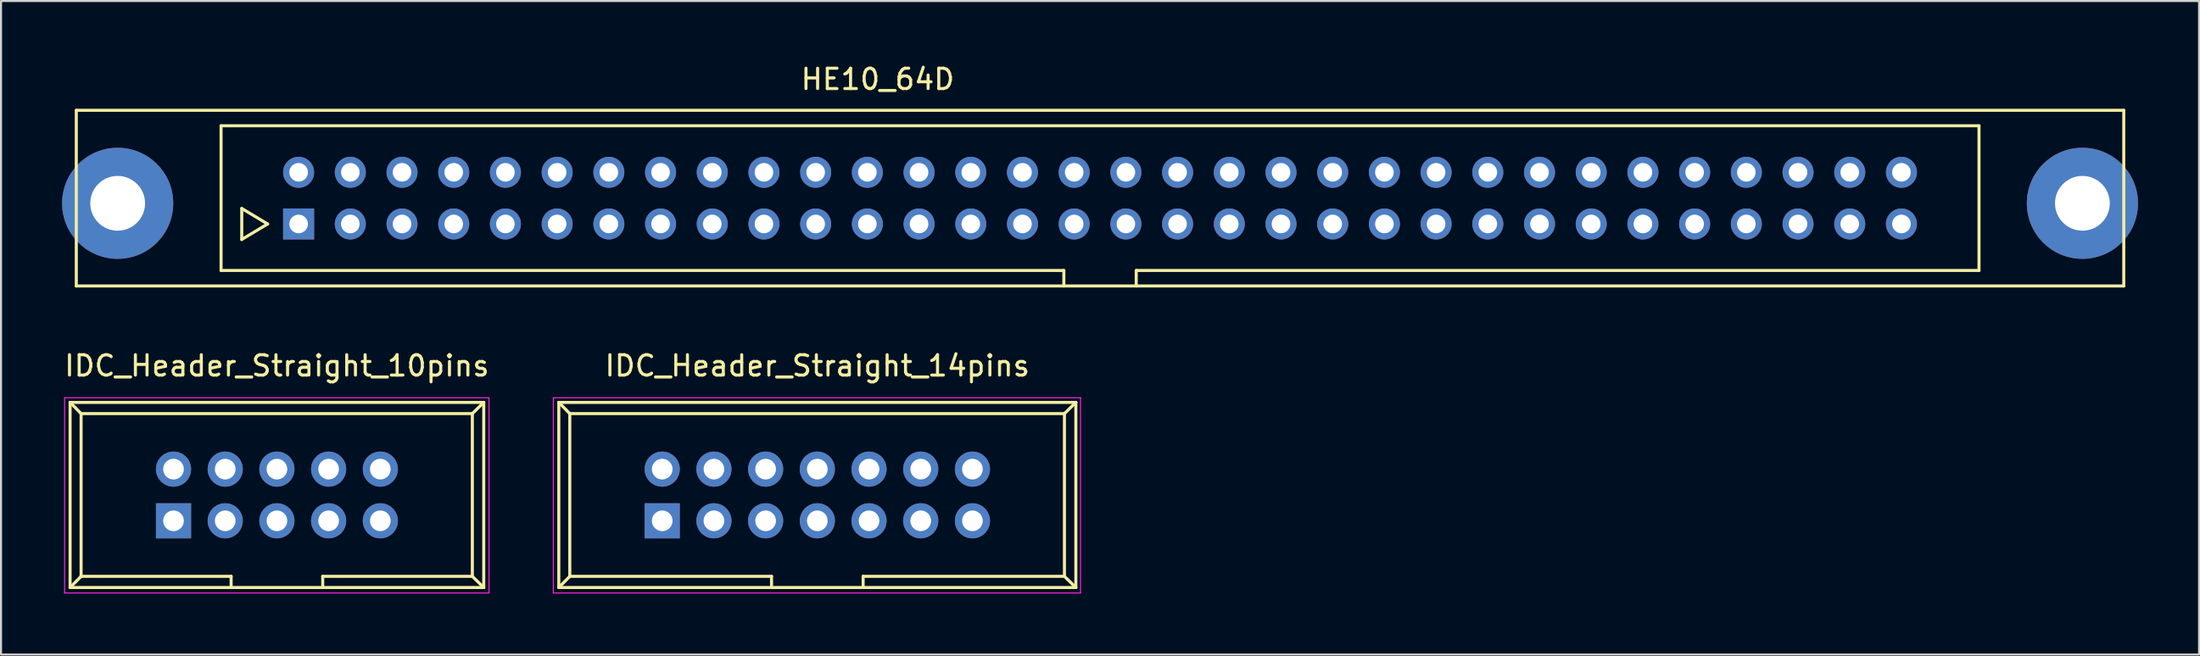
<source format=kicad_pcb>
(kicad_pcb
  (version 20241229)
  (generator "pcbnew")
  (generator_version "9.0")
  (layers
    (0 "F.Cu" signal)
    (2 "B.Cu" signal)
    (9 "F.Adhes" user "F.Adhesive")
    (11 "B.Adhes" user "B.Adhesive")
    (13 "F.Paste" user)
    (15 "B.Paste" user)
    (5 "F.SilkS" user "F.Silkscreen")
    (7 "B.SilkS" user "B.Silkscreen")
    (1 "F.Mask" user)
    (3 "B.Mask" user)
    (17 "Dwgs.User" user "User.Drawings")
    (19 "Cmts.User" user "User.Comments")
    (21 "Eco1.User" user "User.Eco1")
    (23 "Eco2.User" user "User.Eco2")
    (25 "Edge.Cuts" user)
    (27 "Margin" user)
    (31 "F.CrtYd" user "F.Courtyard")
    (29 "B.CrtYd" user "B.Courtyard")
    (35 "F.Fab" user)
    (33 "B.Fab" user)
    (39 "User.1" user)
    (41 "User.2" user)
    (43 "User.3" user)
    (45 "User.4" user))
  (footprint "IDC_Header_Straight_14pins"
    (layer "F.Cu")
    (at 29.482 22.552)
    (property "Reference" "IDC_Header_Straight_14pins" (at 7.62 -7.62 0) (layer "F.SilkS") (effects (font (size 1 1) (thickness 0.15))))
    (attr through_hole)
    (fp_line (start -5.08 -5.82) (end -5.08 3.28) (stroke (width 0.15) (type solid)) (layer "F.SilkS"))
    (fp_line (start -5.08 -5.82) (end -4.54 -5.27) (stroke (width 0.15) (type solid)) (layer "F.SilkS"))
    (fp_line (start -5.08 -5.82) (end 20.32 -5.82) (stroke (width 0.15) (type solid)) (layer "F.SilkS"))
    (fp_line (start -5.08 3.28) (end -4.54 2.73) (stroke (width 0.15) (type solid)) (layer "F.SilkS"))
    (fp_line (start -5.08 3.28) (end 20.32 3.28) (stroke (width 0.15) (type solid)) (layer "F.SilkS"))
    (fp_line (start -4.54 -5.27) (end -4.54 2.73) (stroke (width 0.15) (type solid)) (layer "F.SilkS"))
    (fp_line (start -4.54 -5.27) (end 19.76 -5.27) (stroke (width 0.15) (type solid)) (layer "F.SilkS"))
    (fp_line (start -4.54 2.73) (end 5.37 2.73) (stroke (width 0.15) (type solid)) (layer "F.SilkS"))
    (fp_line (start 5.37 2.73) (end 5.37 3.28) (stroke (width 0.15) (type solid)) (layer "F.SilkS"))
    (fp_line (start 9.87 2.73) (end 9.87 3.28) (stroke (width 0.15) (type solid)) (layer "F.SilkS"))
    (fp_line (start 9.87 2.73) (end 19.76 2.73) (stroke (width 0.15) (type solid)) (layer "F.SilkS"))
    (fp_line (start 19.76 -5.27) (end 19.76 2.73) (stroke (width 0.15) (type solid)) (layer "F.SilkS"))
    (fp_line (start 20.32 -5.82) (end 19.76 -5.27) (stroke (width 0.15) (type solid)) (layer "F.SilkS"))
    (fp_line (start 20.32 -5.82) (end 20.32 3.28) (stroke (width 0.15) (type solid)) (layer "F.SilkS"))
    (fp_line (start 20.32 3.28) (end 19.76 2.73) (stroke (width 0.15) (type solid)) (layer "F.SilkS"))
    (fp_line (start -5.35 -6.05) (end 20.55 -6.05) (stroke (width 0.05) (type solid)) (layer "F.CrtYd"))
    (fp_line (start -5.35 3.55) (end -5.35 -6.05) (stroke (width 0.05) (type solid)) (layer "F.CrtYd"))
    (fp_line (start 20.55 -6.05) (end 20.55 3.55) (stroke (width 0.05) (type solid)) (layer "F.CrtYd"))
    (fp_line (start 20.55 3.55) (end -5.35 3.55) (stroke (width 0.05) (type solid)) (layer "F.CrtYd"))
    (pad "1" thru_hole rect (at 0 0) (size 1.727 1.727) (drill 1.016) (layers "*.Cu" "*.Mask"))
    (pad "2" thru_hole oval (at 0 -2.54) (size 1.727 1.727) (drill 1.016) (layers "*.Cu" "*.Mask"))
    (pad "3" thru_hole oval (at 2.54 0) (size 1.727 1.727) (drill 1.016) (layers "*.Cu" "*.Mask"))
    (pad "4" thru_hole oval (at 2.54 -2.54) (size 1.727 1.727) (drill 1.016) (layers "*.Cu" "*.Mask"))
    (pad "5" thru_hole oval (at 5.08 0) (size 1.727 1.727) (drill 1.016) (layers "*.Cu" "*.Mask"))
    (pad "6" thru_hole oval (at 5.08 -2.54) (size 1.727 1.727) (drill 1.016) (layers "*.Cu" "*.Mask"))
    (pad "7" thru_hole oval (at 7.62 0) (size 1.727 1.727) (drill 1.016) (layers "*.Cu" "*.Mask"))
    (pad "8" thru_hole oval (at 7.62 -2.54) (size 1.727 1.727) (drill 1.016) (layers "*.Cu" "*.Mask"))
    (pad "9" thru_hole oval (at 10.16 0) (size 1.727 1.727) (drill 1.016) (layers "*.Cu" "*.Mask"))
    (pad "10" thru_hole oval (at 10.16 -2.54) (size 1.727 1.727) (drill 1.016) (layers "*.Cu" "*.Mask"))
    (pad "11" thru_hole oval (at 12.7 0) (size 1.727 1.727) (drill 1.016) (layers "*.Cu" "*.Mask"))
    (pad "12" thru_hole oval (at 12.7 -2.54) (size 1.727 1.727) (drill 1.016) (layers "*.Cu" "*.Mask"))
    (pad "13" thru_hole oval (at 15.24 0) (size 1.727 1.727) (drill 1.016) (layers "*.Cu" "*.Mask"))
    (pad "14" thru_hole oval (at 15.24 -2.54) (size 1.727 1.727) (drill 1.016) (layers "*.Cu" "*.Mask")))
  (footprint "IDC_Header_Straight_10pins"
    (layer "F.Cu")
    (at 5.474 22.552)
    (property "Reference" "IDC_Header_Straight_10pins" (at 5.08 -7.62 0) (layer "F.SilkS") (effects (font (size 1 1) (thickness 0.15))))
    (attr through_hole)
    (fp_line (start -5.08 -5.82) (end -5.08 3.28) (stroke (width 0.15) (type solid)) (layer "F.SilkS"))
    (fp_line (start -5.08 -5.82) (end -4.54 -5.27) (stroke (width 0.15) (type solid)) (layer "F.SilkS"))
    (fp_line (start -5.08 -5.82) (end 15.24 -5.82) (stroke (width 0.15) (type solid)) (layer "F.SilkS"))
    (fp_line (start -5.08 3.28) (end -4.54 2.73) (stroke (width 0.15) (type solid)) (layer "F.SilkS"))
    (fp_line (start -5.08 3.28) (end 15.24 3.28) (stroke (width 0.15) (type solid)) (layer "F.SilkS"))
    (fp_line (start -4.54 -5.27) (end -4.54 2.73) (stroke (width 0.15) (type solid)) (layer "F.SilkS"))
    (fp_line (start -4.54 -5.27) (end 14.68 -5.27) (stroke (width 0.15) (type solid)) (layer "F.SilkS"))
    (fp_line (start -4.54 2.73) (end 2.83 2.73) (stroke (width 0.15) (type solid)) (layer "F.SilkS"))
    (fp_line (start 2.83 2.73) (end 2.83 3.28) (stroke (width 0.15) (type solid)) (layer "F.SilkS"))
    (fp_line (start 7.33 2.73) (end 7.33 3.28) (stroke (width 0.15) (type solid)) (layer "F.SilkS"))
    (fp_line (start 7.33 2.73) (end 14.68 2.73) (stroke (width 0.15) (type solid)) (layer "F.SilkS"))
    (fp_line (start 14.68 -5.27) (end 14.68 2.73) (stroke (width 0.15) (type solid)) (layer "F.SilkS"))
    (fp_line (start 15.24 -5.82) (end 14.68 -5.27) (stroke (width 0.15) (type solid)) (layer "F.SilkS"))
    (fp_line (start 15.24 -5.82) (end 15.24 3.28) (stroke (width 0.15) (type solid)) (layer "F.SilkS"))
    (fp_line (start 15.24 3.28) (end 14.68 2.73) (stroke (width 0.15) (type solid)) (layer "F.SilkS"))
    (fp_line (start -5.35 -6.05) (end 15.5 -6.05) (stroke (width 0.05) (type solid)) (layer "F.CrtYd"))
    (fp_line (start -5.35 3.55) (end -5.35 -6.05) (stroke (width 0.05) (type solid)) (layer "F.CrtYd"))
    (fp_line (start 15.5 -6.05) (end 15.5 3.55) (stroke (width 0.05) (type solid)) (layer "F.CrtYd"))
    (fp_line (start 15.5 3.55) (end -5.35 3.55) (stroke (width 0.05) (type solid)) (layer "F.CrtYd"))
    (pad "1" thru_hole rect (at 0 0) (size 1.727 1.727) (drill 1.016) (layers "*.Cu" "*.Mask"))
    (pad "2" thru_hole oval (at 0 -2.54) (size 1.727 1.727) (drill 1.016) (layers "*.Cu" "*.Mask"))
    (pad "3" thru_hole oval (at 2.54 0) (size 1.727 1.727) (drill 1.016) (layers "*.Cu" "*.Mask"))
    (pad "4" thru_hole oval (at 2.54 -2.54) (size 1.727 1.727) (drill 1.016) (layers "*.Cu" "*.Mask"))
    (pad "5" thru_hole oval (at 5.08 0) (size 1.727 1.727) (drill 1.016) (layers "*.Cu" "*.Mask"))
    (pad "6" thru_hole oval (at 5.08 -2.54) (size 1.727 1.727) (drill 1.016) (layers "*.Cu" "*.Mask"))
    (pad "7" thru_hole oval (at 7.62 0) (size 1.727 1.727) (drill 1.016) (layers "*.Cu" "*.Mask"))
    (pad "8" thru_hole oval (at 7.62 -2.54) (size 1.727 1.727) (drill 1.016) (layers "*.Cu" "*.Mask"))
    (pad "9" thru_hole oval (at 10.16 0) (size 1.727 1.727) (drill 1.016) (layers "*.Cu" "*.Mask"))
    (pad "10" thru_hole oval (at 10.16 -2.54) (size 1.727 1.727) (drill 1.016) (layers "*.Cu" "*.Mask")))
  (footprint "HE10_64D"
    (layer "F.Cu")
    (at 50.99 6.69)
    (property "Reference" "HE10_64D" (at -10.922 -5.842 0) (layer "F.SilkS") (effects (font (size 1 1) (thickness 0.15))))
    (attr through_hole)
    (fp_line (start -50.292 -4.318) (end -50.292 4.318) (stroke (width 0.15) (type solid)) (layer "F.SilkS"))
    (fp_line (start -50.292 4.318) (end 50.292 4.318) (stroke (width 0.15) (type solid)) (layer "F.SilkS"))
    (fp_line (start -43.18 -3.556) (end 43.18 -3.556) (stroke (width 0.15) (type solid)) (layer "F.SilkS"))
    (fp_line (start -43.18 3.556) (end -43.18 -3.556) (stroke (width 0.15) (type solid)) (layer "F.SilkS"))
    (fp_line (start -42.164 0.508) (end -42.164 2.032) (stroke (width 0.15) (type solid)) (layer "F.SilkS"))
    (fp_line (start -42.164 2.032) (end -40.894 1.27) (stroke (width 0.15) (type solid)) (layer "F.SilkS"))
    (fp_line (start -40.894 1.27) (end -42.164 0.508) (stroke (width 0.15) (type solid)) (layer "F.SilkS"))
    (fp_line (start -1.778 3.556) (end -43.18 3.556) (stroke (width 0.15) (type solid)) (layer "F.SilkS"))
    (fp_line (start -1.778 4.318) (end -1.778 3.556) (stroke (width 0.15) (type solid)) (layer "F.SilkS"))
    (fp_line (start 1.778 3.556) (end 1.778 4.318) (stroke (width 0.15) (type solid)) (layer "F.SilkS"))
    (fp_line (start 43.18 -3.556) (end 43.18 3.556) (stroke (width 0.15) (type solid)) (layer "F.SilkS"))
    (fp_line (start 43.18 3.556) (end 1.778 3.556) (stroke (width 0.15) (type solid)) (layer "F.SilkS"))
    (fp_line (start 50.292 -4.318) (end -50.292 -4.318) (stroke (width 0.15) (type solid)) (layer "F.SilkS"))
    (fp_line (start 50.292 4.318) (end 50.292 -4.318) (stroke (width 0.15) (type solid)) (layer "F.SilkS"))
    (pad "" thru_hole circle (at -48.26 0.254) (size 5.461 5.461) (drill 2.692) (layers "*.Cu" "*.Mask"))
    (pad "" thru_hole circle (at 48.26 0.254) (size 5.461 5.461) (drill 2.692) (layers "*.Cu" "*.Mask"))
    (pad "1" thru_hole rect (at -39.37 1.27) (size 1.524 1.524) (drill 0.914) (layers "*.Cu" "*.Mask"))
    (pad "2" thru_hole circle (at -39.37 -1.27) (size 1.524 1.524) (drill 0.914) (layers "*.Cu" "*.Mask"))
    (pad "3" thru_hole circle (at -36.83 1.27) (size 1.524 1.524) (drill 0.914) (layers "*.Cu" "*.Mask"))
    (pad "4" thru_hole circle (at -36.83 -1.27) (size 1.524 1.524) (drill 0.914) (layers "*.Cu" "*.Mask"))
    (pad "5" thru_hole circle (at -34.29 1.27) (size 1.524 1.524) (drill 0.914) (layers "*.Cu" "*.Mask"))
    (pad "6" thru_hole circle (at -34.29 -1.27) (size 1.524 1.524) (drill 0.914) (layers "*.Cu" "*.Mask"))
    (pad "7" thru_hole circle (at -31.75 1.27) (size 1.524 1.524) (drill 0.914) (layers "*.Cu" "*.Mask"))
    (pad "8" thru_hole circle (at -31.75 -1.27) (size 1.524 1.524) (drill 0.914) (layers "*.Cu" "*.Mask"))
    (pad "9" thru_hole circle (at -29.21 1.27) (size 1.524 1.524) (drill 0.914) (layers "*.Cu" "*.Mask"))
    (pad "10" thru_hole circle (at -29.21 -1.27) (size 1.524 1.524) (drill 0.914) (layers "*.Cu" "*.Mask"))
    (pad "11" thru_hole circle (at -26.67 1.27) (size 1.524 1.524) (drill 0.914) (layers "*.Cu" "*.Mask"))
    (pad "12" thru_hole circle (at -26.67 -1.27) (size 1.524 1.524) (drill 0.914) (layers "*.Cu" "*.Mask"))
    (pad "13" thru_hole circle (at -24.13 1.27) (size 1.524 1.524) (drill 0.914) (layers "*.Cu" "*.Mask"))
    (pad "14" thru_hole circle (at -24.13 -1.27) (size 1.524 1.524) (drill 0.914) (layers "*.Cu" "*.Mask"))
    (pad "15" thru_hole circle (at -21.59 1.27) (size 1.524 1.524) (drill 0.914) (layers "*.Cu" "*.Mask"))
    (pad "16" thru_hole circle (at -21.59 -1.27) (size 1.524 1.524) (drill 0.914) (layers "*.Cu" "*.Mask"))
    (pad "17" thru_hole circle (at -19.05 1.27) (size 1.524 1.524) (drill 0.914) (layers "*.Cu" "*.Mask"))
    (pad "18" thru_hole circle (at -19.05 -1.27) (size 1.524 1.524) (drill 0.914) (layers "*.Cu" "*.Mask"))
    (pad "19" thru_hole circle (at -16.51 1.27) (size 1.524 1.524) (drill 0.914) (layers "*.Cu" "*.Mask"))
    (pad "20" thru_hole circle (at -16.51 -1.27) (size 1.524 1.524) (drill 0.914) (layers "*.Cu" "*.Mask"))
    (pad "21" thru_hole circle (at -13.97 1.27) (size 1.524 1.524) (drill 0.914) (layers "*.Cu" "*.Mask"))
    (pad "22" thru_hole circle (at -13.97 -1.27) (size 1.524 1.524) (drill 0.914) (layers "*.Cu" "*.Mask"))
    (pad "23" thru_hole circle (at -11.43 1.27) (size 1.524 1.524) (drill 0.914) (layers "*.Cu" "*.Mask"))
    (pad "24" thru_hole circle (at -11.43 -1.27) (size 1.524 1.524) (drill 0.914) (layers "*.Cu" "*.Mask"))
    (pad "25" thru_hole circle (at -8.89 1.27) (size 1.524 1.524) (drill 0.914) (layers "*.Cu" "*.Mask"))
    (pad "26" thru_hole circle (at -8.89 -1.27) (size 1.524 1.524) (drill 0.914) (layers "*.Cu" "*.Mask"))
    (pad "27" thru_hole circle (at -6.35 1.27) (size 1.524 1.524) (drill 0.914) (layers "*.Cu" "*.Mask"))
    (pad "28" thru_hole circle (at -6.35 -1.27) (size 1.524 1.524) (drill 0.914) (layers "*.Cu" "*.Mask"))
    (pad "29" thru_hole circle (at -3.81 1.27) (size 1.524 1.524) (drill 0.914) (layers "*.Cu" "*.Mask"))
    (pad "30" thru_hole circle (at -3.81 -1.27) (size 1.524 1.524) (drill 0.914) (layers "*.Cu" "*.Mask"))
    (pad "31" thru_hole circle (at -1.27 1.27) (size 1.524 1.524) (drill 0.914) (layers "*.Cu" "*.Mask"))
    (pad "32" thru_hole circle (at -1.27 -1.27) (size 1.524 1.524) (drill 0.914) (layers "*.Cu" "*.Mask"))
    (pad "33" thru_hole circle (at 1.27 1.27) (size 1.524 1.524) (drill 0.914) (layers "*.Cu" "*.Mask"))
    (pad "34" thru_hole circle (at 1.27 -1.27) (size 1.524 1.524) (drill 0.914) (layers "*.Cu" "*.Mask"))
    (pad "35" thru_hole circle (at 3.81 1.27) (size 1.524 1.524) (drill 0.914) (layers "*.Cu" "*.Mask"))
    (pad "36" thru_hole circle (at 3.81 -1.27) (size 1.524 1.524) (drill 0.914) (layers "*.Cu" "*.Mask"))
    (pad "37" thru_hole circle (at 6.35 1.27) (size 1.524 1.524) (drill 0.914) (layers "*.Cu" "*.Mask"))
    (pad "38" thru_hole circle (at 6.35 -1.27) (size 1.524 1.524) (drill 0.914) (layers "*.Cu" "*.Mask"))
    (pad "39" thru_hole circle (at 8.89 1.27) (size 1.524 1.524) (drill 0.914) (layers "*.Cu" "*.Mask"))
    (pad "40" thru_hole circle (at 8.89 -1.27) (size 1.524 1.524) (drill 0.914) (layers "*.Cu" "*.Mask"))
    (pad "41" thru_hole circle (at 11.43 1.27) (size 1.524 1.524) (drill 0.914) (layers "*.Cu" "*.Mask"))
    (pad "42" thru_hole circle (at 11.43 -1.27) (size 1.524 1.524) (drill 0.914) (layers "*.Cu" "*.Mask"))
    (pad "43" thru_hole circle (at 13.97 1.27) (size 1.524 1.524) (drill 0.914) (layers "*.Cu" "*.Mask"))
    (pad "44" thru_hole circle (at 13.97 -1.27) (size 1.524 1.524) (drill 0.914) (layers "*.Cu" "*.Mask"))
    (pad "45" thru_hole circle (at 16.51 1.27) (size 1.524 1.524) (drill 0.914) (layers "*.Cu" "*.Mask"))
    (pad "46" thru_hole circle (at 16.51 -1.27) (size 1.524 1.524) (drill 0.914) (layers "*.Cu" "*.Mask"))
    (pad "47" thru_hole circle (at 19.05 1.27) (size 1.524 1.524) (drill 0.914) (layers "*.Cu" "*.Mask"))
    (pad "48" thru_hole circle (at 19.05 -1.27) (size 1.524 1.524) (drill 0.914) (layers "*.Cu" "*.Mask"))
    (pad "49" thru_hole circle (at 21.59 1.27) (size 1.524 1.524) (drill 0.914) (layers "*.Cu" "*.Mask"))
    (pad "50" thru_hole circle (at 21.59 -1.27) (size 1.524 1.524) (drill 0.914) (layers "*.Cu" "*.Mask"))
    (pad "51" thru_hole circle (at 24.13 1.27) (size 1.524 1.524) (drill 0.914) (layers "*.Cu" "*.Mask"))
    (pad "52" thru_hole circle (at 24.13 -1.27) (size 1.524 1.524) (drill 0.914) (layers "*.Cu" "*.Mask"))
    (pad "53" thru_hole circle (at 26.67 1.27) (size 1.524 1.524) (drill 0.914) (layers "*.Cu" "*.Mask"))
    (pad "54" thru_hole circle (at 26.67 -1.27) (size 1.524 1.524) (drill 0.914) (layers "*.Cu" "*.Mask"))
    (pad "55" thru_hole circle (at 29.21 1.27) (size 1.524 1.524) (drill 0.914) (layers "*.Cu" "*.Mask"))
    (pad "56" thru_hole circle (at 29.21 -1.27) (size 1.524 1.524) (drill 0.914) (layers "*.Cu" "*.Mask"))
    (pad "57" thru_hole circle (at 31.75 1.27) (size 1.524 1.524) (drill 0.914) (layers "*.Cu" "*.Mask"))
    (pad "58" thru_hole circle (at 31.75 -1.27) (size 1.524 1.524) (drill 0.914) (layers "*.Cu" "*.Mask"))
    (pad "59" thru_hole circle (at 34.29 1.27) (size 1.524 1.524) (drill 0.914) (layers "*.Cu" "*.Mask"))
    (pad "60" thru_hole circle (at 34.29 -1.27) (size 1.524 1.524) (drill 0.914) (layers "*.Cu" "*.Mask"))
    (pad "61" thru_hole circle (at 36.83 1.27) (size 1.524 1.524) (drill 0.914) (layers "*.Cu" "*.Mask"))
    (pad "62" thru_hole circle (at 36.83 -1.27) (size 1.524 1.524) (drill 0.914) (layers "*.Cu" "*.Mask"))
    (pad "63" thru_hole circle (at 39.37 1.27) (size 1.524 1.524) (drill 0.914) (layers "*.Cu" "*.Mask"))
    (pad "64" thru_hole circle (at 39.37 -1.27) (size 1.524 1.524) (drill 0.914) (layers "*.Cu" "*.Mask")))
  (gr_rect
    (start -3 -3)
    (end 104.981 29.127)
    (stroke (width 0.1) (type default))
    (fill no)
    (layer "Edge.Cuts")))
</source>
